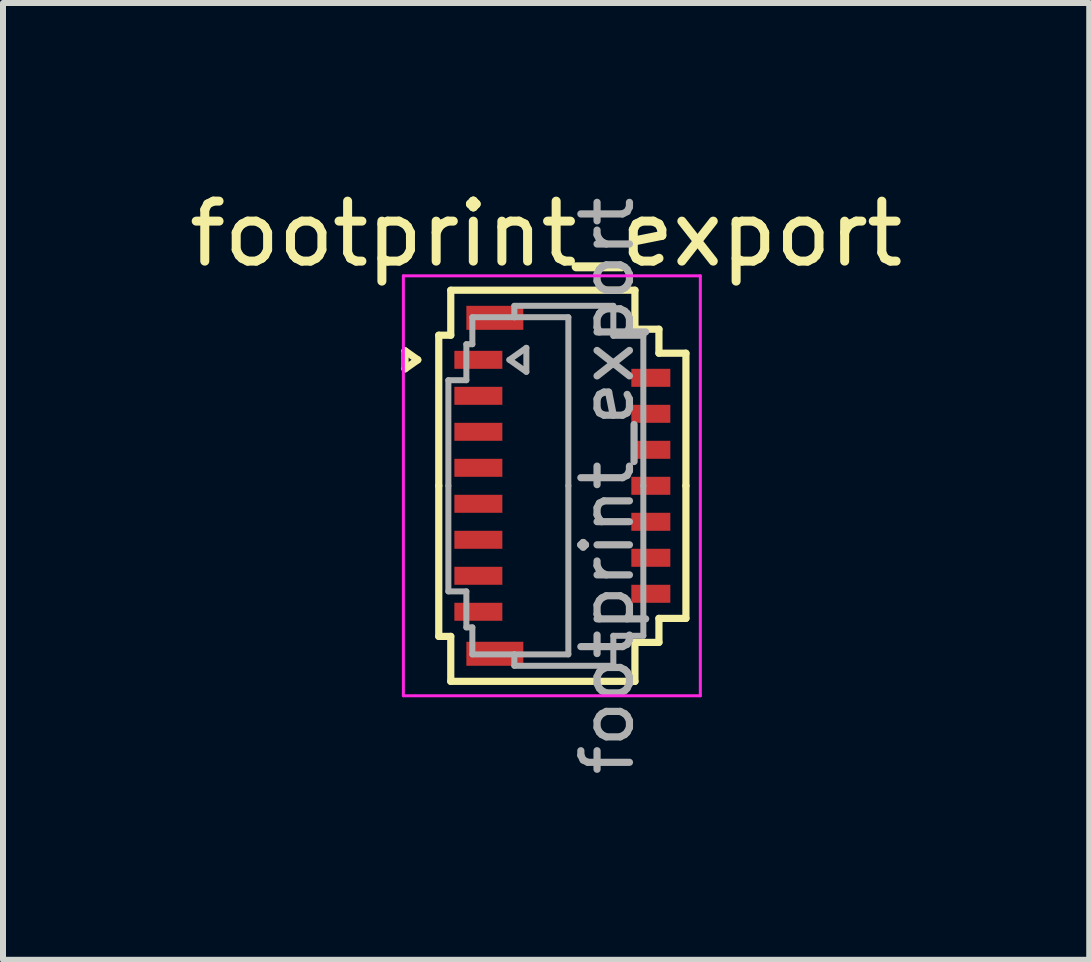
<source format=kicad_pcb>
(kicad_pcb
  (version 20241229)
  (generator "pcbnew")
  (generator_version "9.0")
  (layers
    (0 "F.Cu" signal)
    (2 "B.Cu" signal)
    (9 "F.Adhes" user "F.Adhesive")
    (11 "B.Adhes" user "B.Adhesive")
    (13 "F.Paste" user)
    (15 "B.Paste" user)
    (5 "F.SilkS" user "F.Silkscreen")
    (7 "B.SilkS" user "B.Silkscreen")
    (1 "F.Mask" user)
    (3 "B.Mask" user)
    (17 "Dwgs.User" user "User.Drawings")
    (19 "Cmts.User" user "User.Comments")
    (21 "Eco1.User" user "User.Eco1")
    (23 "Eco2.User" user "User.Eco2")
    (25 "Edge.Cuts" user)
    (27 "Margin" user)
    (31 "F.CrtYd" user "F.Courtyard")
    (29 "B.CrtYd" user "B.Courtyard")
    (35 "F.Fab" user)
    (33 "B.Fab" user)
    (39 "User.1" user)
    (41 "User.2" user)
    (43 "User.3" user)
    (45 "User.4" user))
  (footprint "footprint_export"
    (layer "F.Cu")
    (at 6.324 5.048)
    (property "Reference" "footprint_export" (at -0.27 -4.2 0) (layer "F.SilkS") (effects (font (size 1 1) (thickness 0.15))))
    (attr smd)
    (fp_line (start -2.622 -2.25) (end -2.41 -2.1) (stroke (width 0.12) (type solid)) (layer "F.SilkS"))
    (fp_line (start -2.622 -1.95) (end -2.622 -2.25) (stroke (width 0.12) (type solid)) (layer "F.SilkS"))
    (fp_line (start -2.41 -2.1) (end -2.622 -1.95) (stroke (width 0.12) (type solid)) (layer "F.SilkS"))
    (fp_line (start -2.06 -2.51) (end -2.06 0) (stroke (width 0.12) (type solid)) (layer "F.SilkS"))
    (fp_line (start -2.06 2.51) (end -2.06 0) (stroke (width 0.12) (type solid)) (layer "F.SilkS"))
    (fp_line (start -1.86 -3.26) (end -1.86 -2.51) (stroke (width 0.12) (type solid)) (layer "F.SilkS"))
    (fp_line (start -1.86 -2.51) (end -2.06 -2.51) (stroke (width 0.12) (type solid)) (layer "F.SilkS"))
    (fp_line (start -1.86 2.51) (end -2.06 2.51) (stroke (width 0.12) (type solid)) (layer "F.SilkS"))
    (fp_line (start -1.86 3.26) (end -1.86 2.51) (stroke (width 0.12) (type solid)) (layer "F.SilkS"))
    (fp_line (start 1.21 -3.26) (end -1.86 -3.26) (stroke (width 0.12) (type solid)) (layer "F.SilkS"))
    (fp_line (start 1.21 -2.61) (end 1.21 -3.26) (stroke (width 0.12) (type solid)) (layer "F.SilkS"))
    (fp_line (start 1.21 2.61) (end 1.21 3.26) (stroke (width 0.12) (type solid)) (layer "F.SilkS"))
    (fp_line (start 1.21 3.26) (end -1.86 3.26) (stroke (width 0.12) (type solid)) (layer "F.SilkS"))
    (fp_line (start 1.61 -2.61) (end 1.21 -2.61) (stroke (width 0.12) (type solid)) (layer "F.SilkS"))
    (fp_line (start 1.61 -2.21) (end 1.61 -2.61) (stroke (width 0.12) (type solid)) (layer "F.SilkS"))
    (fp_line (start 1.61 2.21) (end 1.61 2.61) (stroke (width 0.12) (type solid)) (layer "F.SilkS"))
    (fp_line (start 1.61 2.61) (end 1.21 2.61) (stroke (width 0.12) (type solid)) (layer "F.SilkS"))
    (fp_line (start 2.06 -2.21) (end 1.61 -2.21) (stroke (width 0.12) (type solid)) (layer "F.SilkS"))
    (fp_line (start 2.06 0) (end 2.06 -2.21) (stroke (width 0.12) (type solid)) (layer "F.SilkS"))
    (fp_line (start 2.06 0) (end 2.06 2.21) (stroke (width 0.12) (type solid)) (layer "F.SilkS"))
    (fp_line (start 2.06 2.21) (end 1.61 2.21) (stroke (width 0.12) (type solid)) (layer "F.SilkS"))
    (fp_line (start -2.65 -3.5) (end -2.65 3.5) (stroke (width 0.05) (type solid)) (layer "F.CrtYd"))
    (fp_line (start -2.65 3.5) (end 2.3 3.5) (stroke (width 0.05) (type solid)) (layer "F.CrtYd"))
    (fp_line (start 2.3 -3.5) (end -2.65 -3.5) (stroke (width 0.05) (type solid)) (layer "F.CrtYd"))
    (fp_line (start 2.3 3.5) (end 2.3 -3.5) (stroke (width 0.05) (type solid)) (layer "F.CrtYd"))
    (fp_line (start -1.9 -1.76) (end -1.6 -1.76) (stroke (width 0.1) (type solid)) (layer "F.Fab"))
    (fp_line (start -1.9 0) (end -1.9 -1.76) (stroke (width 0.1) (type solid)) (layer "F.Fab"))
    (fp_line (start -1.9 0) (end -1.9 1.76) (stroke (width 0.1) (type solid)) (layer "F.Fab"))
    (fp_line (start -1.9 1.76) (end -1.6 1.76) (stroke (width 0.1) (type solid)) (layer "F.Fab"))
    (fp_line (start -1.6 -2.36) (end -1.5 -2.36) (stroke (width 0.1) (type solid)) (layer "F.Fab"))
    (fp_line (start -1.6 -1.76) (end -1.6 -2.36) (stroke (width 0.1) (type solid)) (layer "F.Fab"))
    (fp_line (start -1.6 1.76) (end -1.6 2.36) (stroke (width 0.1) (type solid)) (layer "F.Fab"))
    (fp_line (start -1.6 2.36) (end -1.5 2.36) (stroke (width 0.1) (type solid)) (layer "F.Fab"))
    (fp_line (start -1.5 -2.81) (end -0.8 -2.81) (stroke (width 0.1) (type solid)) (layer "F.Fab"))
    (fp_line (start -1.5 -2.36) (end -1.5 -2.81) (stroke (width 0.1) (type solid)) (layer "F.Fab"))
    (fp_line (start -1.5 2.36) (end -1.5 2.81) (stroke (width 0.1) (type solid)) (layer "F.Fab"))
    (fp_line (start -1.5 2.81) (end -0.8 2.81) (stroke (width 0.1) (type solid)) (layer "F.Fab"))
    (fp_line (start -0.883 -2.1) (end -0.6 -1.9) (stroke (width 0.1) (type solid)) (layer "F.Fab"))
    (fp_line (start -0.8 -3) (end 0.85 -3) (stroke (width 0.1) (type solid)) (layer "F.Fab"))
    (fp_line (start -0.8 -2.81) (end -0.8 -3) (stroke (width 0.1) (type solid)) (layer "F.Fab"))
    (fp_line (start -0.8 2.81) (end -0.8 3) (stroke (width 0.1) (type solid)) (layer "F.Fab"))
    (fp_line (start -0.8 3) (end 0.85 3) (stroke (width 0.1) (type solid)) (layer "F.Fab"))
    (fp_line (start -0.6 -2.3) (end -0.883 -2.1) (stroke (width 0.1) (type solid)) (layer "F.Fab"))
    (fp_line (start -0.6 -1.9) (end -0.6 -2.3) (stroke (width 0.1) (type solid)) (layer "F.Fab"))
    (fp_line (start 0.1 -2.81) (end -0.8 -2.81) (stroke (width 0.1) (type solid)) (layer "F.Fab"))
    (fp_line (start 0.1 0) (end 0.1 -2.81) (stroke (width 0.1) (type solid)) (layer "F.Fab"))
    (fp_line (start 0.1 0) (end 0.1 2.81) (stroke (width 0.1) (type solid)) (layer "F.Fab"))
    (fp_line (start 0.1 2.81) (end -0.8 2.81) (stroke (width 0.1) (type solid)) (layer "F.Fab"))
    (fp_line (start 0.85 -3) (end 0.85 -2.5) (stroke (width 0.1) (type solid)) (layer "F.Fab"))
    (fp_line (start 0.85 -2.5) (end 1.35 -2.5) (stroke (width 0.1) (type solid)) (layer "F.Fab"))
    (fp_line (start 0.85 2.5) (end 1.35 2.5) (stroke (width 0.1) (type solid)) (layer "F.Fab"))
    (fp_line (start 0.85 3) (end 0.85 2.5) (stroke (width 0.1) (type solid)) (layer "F.Fab"))
    (fp_line (start 1.35 -2.5) (end 1.35 0) (stroke (width 0.1) (type solid)) (layer "F.Fab"))
    (fp_line (start 1.35 2.5) (end 1.35 0) (stroke (width 0.1) (type solid)) (layer "F.Fab"))
    (fp_text user "${REFERENCE}" (at 0.75 0 90) (layer "F.Fab") (effects (font (size 0.81 0.81) (thickness 0.12))))
    (pad "1" smd rect (at -1.4 -2.1) (size 0.8 0.3) (layers "F.Cu" "F.Mask" "F.Paste"))
    (pad "2" smd rect (at 1.475 -1.8) (size 0.65 0.3) (layers "F.Cu" "F.Mask" "F.Paste"))
    (pad "3" smd rect (at -1.4 -1.5) (size 0.8 0.3) (layers "F.Cu" "F.Mask" "F.Paste"))
    (pad "4" smd rect (at 1.475 -1.2) (size 0.65 0.3) (layers "F.Cu" "F.Mask" "F.Paste"))
    (pad "5" smd rect (at -1.4 -0.9) (size 0.8 0.3) (layers "F.Cu" "F.Mask" "F.Paste"))
    (pad "6" smd rect (at 1.475 -0.6) (size 0.65 0.3) (layers "F.Cu" "F.Mask" "F.Paste"))
    (pad "7" smd rect (at -1.4 -0.3) (size 0.8 0.3) (layers "F.Cu" "F.Mask" "F.Paste"))
    (pad "8" smd rect (at 1.475 0) (size 0.65 0.3) (layers "F.Cu" "F.Mask" "F.Paste"))
    (pad "9" smd rect (at -1.4 0.3) (size 0.8 0.3) (layers "F.Cu" "F.Mask" "F.Paste"))
    (pad "10" smd rect (at 1.475 0.6) (size 0.65 0.3) (layers "F.Cu" "F.Mask" "F.Paste"))
    (pad "11" smd rect (at -1.4 0.9) (size 0.8 0.3) (layers "F.Cu" "F.Mask" "F.Paste"))
    (pad "12" smd rect (at 1.475 1.2) (size 0.65 0.3) (layers "F.Cu" "F.Mask" "F.Paste"))
    (pad "13" smd rect (at -1.4 1.5) (size 0.8 0.3) (layers "F.Cu" "F.Mask" "F.Paste"))
    (pad "14" smd rect (at 1.475 1.8) (size 0.65 0.3) (layers "F.Cu" "F.Mask" "F.Paste"))
    (pad "15" smd rect (at -1.4 2.1) (size 0.8 0.3) (layers "F.Cu" "F.Mask" "F.Paste"))
    (pad "MP" smd rect (at -1.125 -2.8) (size 0.95 0.4) (layers "F.Cu" "F.Mask" "F.Paste"))
    (pad "MP" smd rect (at -1.125 2.8) (size 0.95 0.4) (layers "F.Cu" "F.Mask" "F.Paste")))
  (gr_rect
    (start -3 -3)
    (end 15.107 12.949)
    (stroke (width 0.1) (type default))
    (fill no)
    (layer "Edge.Cuts")))
</source>
